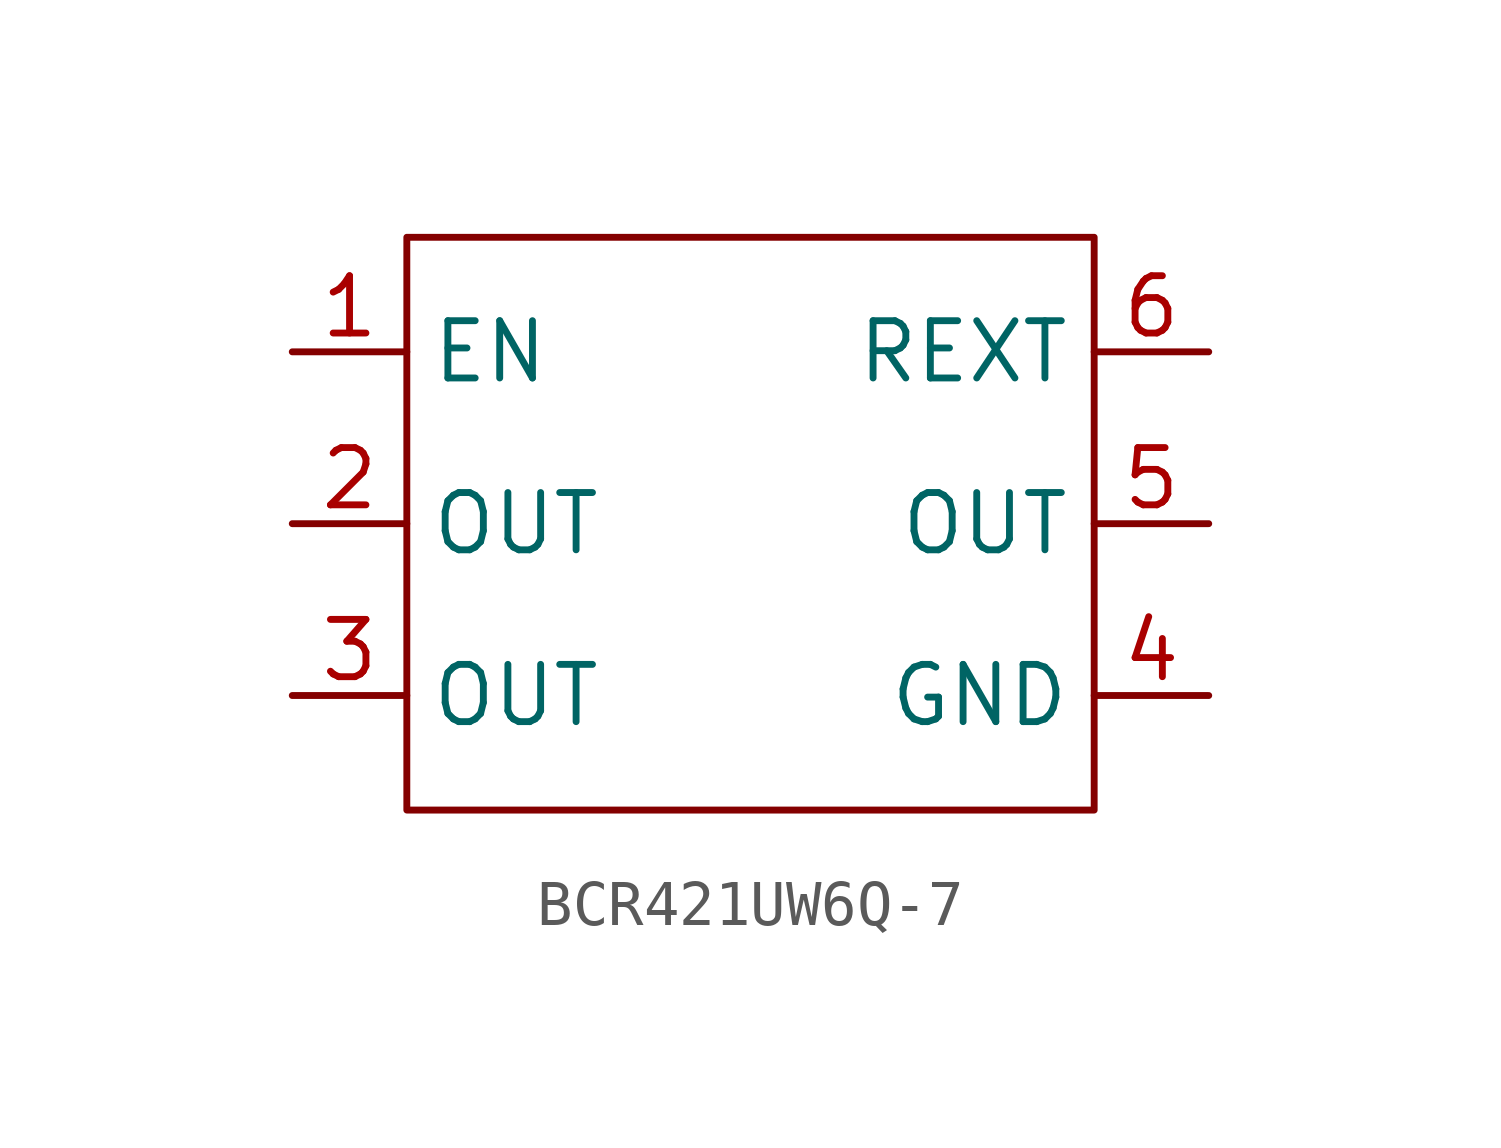
<source format=kicad_sym>
(kicad_symbol_lib
  (version 20241209)
  (generator "kicad_symbol_editor")
  (generator_version "9.0")
  (symbol "BCR421UW6Q-7"
    (property "Reference" "U"
      (at 0 0 0)
      (effects (font (size 1.27 1.27)) (hide yes)))
    (property "Value" ""
      (at 0 0 0)
      (effects (font (size 1.27 1.27))))
    (symbol "BCR421UW6Q-7_0_1"
      (rectangle (start -7.62 6.35) (end 7.62 -6.35) (stroke (width 0) (type default)) (fill (type none))))
    (symbol "BCR421UW6Q-7_1_1"
      (pin input line (at -10.16 3.81 0) (length 2.54) (name "EN" (effects (font (size 1.27 1.27)))) (number "1" (effects (font (size 1.27 1.27)))))
      (pin output line (at -10.16 0 0) (length 2.54) (name "OUT" (effects (font (size 1.27 1.27)))) (number "2" (effects (font (size 1.27 1.27)))))
      (pin output line (at -10.16 -3.81 0) (length 2.54) (name "OUT" (effects (font (size 1.27 1.27)))) (number "3" (effects (font (size 1.27 1.27)))))
      (pin input line (at 10.16 3.81 180) (length 2.54) (name "REXT" (effects (font (size 1.27 1.27)))) (number "6" (effects (font (size 1.27 1.27)))))
      (pin output line (at 10.16 0 180) (length 2.54) (name "OUT" (effects (font (size 1.27 1.27)))) (number "5" (effects (font (size 1.27 1.27)))))
      (pin power_in line (at 10.16 -3.81 180) (length 2.54) (name "GND" (effects (font (size 1.27 1.27)))) (number "4" (effects (font (size 1.27 1.27))))))))
</source>
